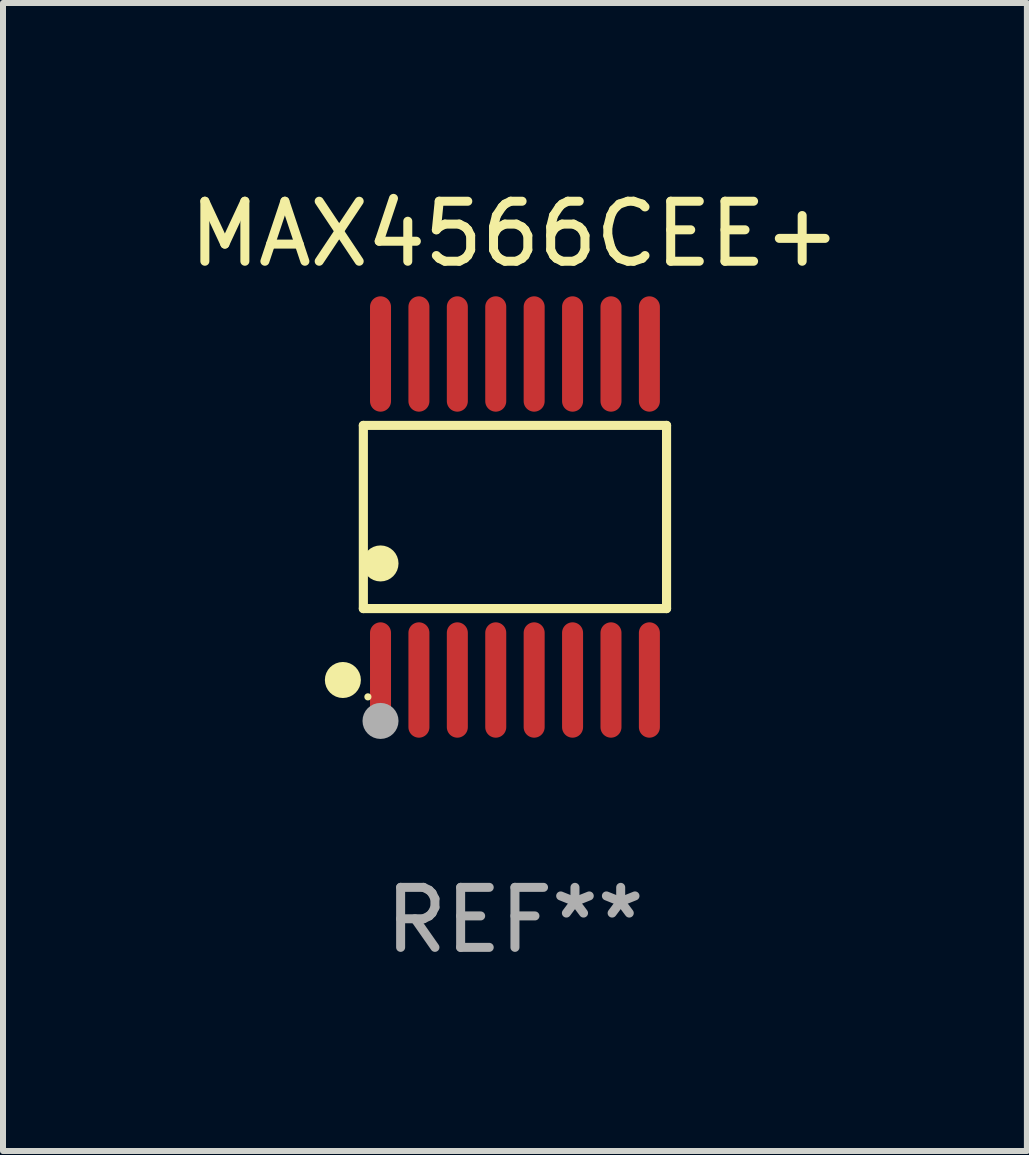
<source format=kicad_pcb>
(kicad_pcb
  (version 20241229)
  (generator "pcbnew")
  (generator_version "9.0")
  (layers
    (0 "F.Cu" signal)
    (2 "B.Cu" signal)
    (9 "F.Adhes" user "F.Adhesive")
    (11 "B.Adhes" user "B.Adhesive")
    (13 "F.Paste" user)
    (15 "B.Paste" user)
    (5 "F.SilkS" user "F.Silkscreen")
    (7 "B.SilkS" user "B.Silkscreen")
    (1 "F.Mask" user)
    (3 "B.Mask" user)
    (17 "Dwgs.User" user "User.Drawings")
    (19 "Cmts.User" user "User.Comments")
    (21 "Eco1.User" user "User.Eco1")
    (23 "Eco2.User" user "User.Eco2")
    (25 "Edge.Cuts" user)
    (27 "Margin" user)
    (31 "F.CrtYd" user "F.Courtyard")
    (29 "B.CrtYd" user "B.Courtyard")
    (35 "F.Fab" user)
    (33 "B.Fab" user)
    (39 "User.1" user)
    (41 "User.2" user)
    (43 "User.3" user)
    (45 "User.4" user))
  (footprint "MAX4566CEE+"
    (layer "F.Cu")
    (at 5.53 5.564)
    (property "Reference" "MAX4566CEE+" (at 0 -4.716 0) (layer "F.SilkS") (effects (font (size 1 1) (thickness 0.15))))
    (attr through_hole)
    (fp_line (start -2.526 -1.526) (end 2.526 -1.526) (stroke (width 0.152) (type solid)) (layer "F.SilkS"))
    (fp_line (start -2.526 1.526) (end -2.526 -1.526) (stroke (width 0.152) (type solid)) (layer "F.SilkS"))
    (fp_line (start 2.526 -1.526) (end 2.526 1.526) (stroke (width 0.152) (type solid)) (layer "F.SilkS"))
    (fp_line (start 2.526 1.526) (end -2.526 1.526) (stroke (width 0.152) (type solid)) (layer "F.SilkS"))
    (fp_circle (center -2.867 2.716) (end -2.717 2.716) (stroke (width 0.3) (type solid)) (fill no) (layer "F.SilkS"))
    (fp_circle (center -2.45 2.997) (end -2.42 2.997) (stroke (width 0.06) (type solid)) (fill no) (layer "F.SilkS"))
    (fp_circle (center -2.24 0.774) (end -2.09 0.774) (stroke (width 0.3) (type solid)) (fill no) (layer "F.SilkS"))
    (fp_circle (center -2.24 3.398) (end -2.09 3.398) (stroke (width 0.3) (type solid)) (fill no) (layer "F.Fab"))
    (fp_text user "REF**" (at 0 6.716 0) (layer "F.Fab") (effects (font (size 1 1) (thickness 0.15))))
    (pad "1" smd oval (at -2.24 2.716) (size 0.35 1.922) (layers "F.Cu" "F.Mask" "F.Paste"))
    (pad "2" smd oval (at -1.6 2.716) (size 0.35 1.922) (layers "F.Cu" "F.Mask" "F.Paste"))
    (pad "3" smd oval (at -0.96 2.716) (size 0.35 1.922) (layers "F.Cu" "F.Mask" "F.Paste"))
    (pad "4" smd oval (at -0.32 2.716) (size 0.35 1.922) (layers "F.Cu" "F.Mask" "F.Paste"))
    (pad "5" smd oval (at 0.32 2.716) (size 0.35 1.922) (layers "F.Cu" "F.Mask" "F.Paste"))
    (pad "6" smd oval (at 0.96 2.716) (size 0.35 1.922) (layers "F.Cu" "F.Mask" "F.Paste"))
    (pad "7" smd oval (at 1.6 2.716) (size 0.35 1.922) (layers "F.Cu" "F.Mask" "F.Paste"))
    (pad "8" smd oval (at 2.24 2.716) (size 0.35 1.922) (layers "F.Cu" "F.Mask" "F.Paste"))
    (pad "9" smd oval (at 2.24 -2.716) (size 0.35 1.922) (layers "F.Cu" "F.Mask" "F.Paste"))
    (pad "10" smd oval (at 1.6 -2.716) (size 0.35 1.922) (layers "F.Cu" "F.Mask" "F.Paste"))
    (pad "11" smd oval (at 0.96 -2.716) (size 0.35 1.922) (layers "F.Cu" "F.Mask" "F.Paste"))
    (pad "12" smd oval (at 0.32 -2.716) (size 0.35 1.922) (layers "F.Cu" "F.Mask" "F.Paste"))
    (pad "13" smd oval (at -0.32 -2.716) (size 0.35 1.922) (layers "F.Cu" "F.Mask" "F.Paste"))
    (pad "14" smd oval (at -0.96 -2.716) (size 0.35 1.922) (layers "F.Cu" "F.Mask" "F.Paste"))
    (pad "15" smd oval (at -1.6 -2.716) (size 0.35 1.922) (layers "F.Cu" "F.Mask" "F.Paste"))
    (pad "16" smd oval (at -2.24 -2.716) (size 0.35 1.922) (layers "F.Cu" "F.Mask" "F.Paste")))
  (gr_rect
    (start -3 -3)
    (end 14.06 16.128)
    (stroke (width 0.1) (type default))
    (fill no)
    (layer "Edge.Cuts")))
</source>
